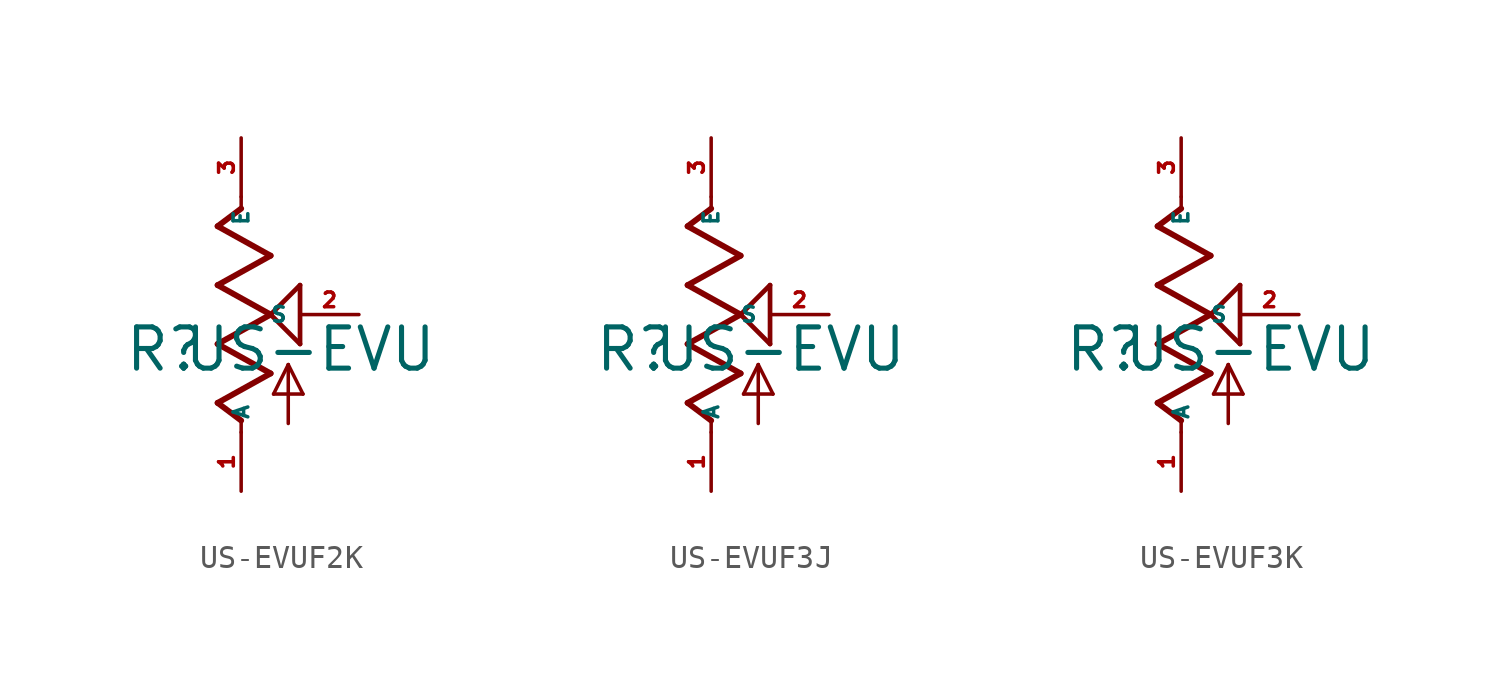
<source format=kicad_sym>
(kicad_symbol_lib
  (version 20220914)
  (generator Eagle2Kicad)
  (symbol "US-EVUF2K"
    (property "Reference" "R"
      (at -5.08 -2.54 0)
      (effects (font (size 1.778 1.778) (thickness 0.22)) (justify left bottom)))
    (property "Value" "US-EVU"
      (at -2.54 -2.54 0)
      (effects (font (size 1.778 1.778) (thickness 0.22)) (justify left bottom)))
    (polyline
      (pts (xy 0 -5.08) (xy 0 -4.572))
      (stroke (width 0.152) (type default))
      (fill (type none)))
    (polyline
      (pts (xy 0 -4.572) (xy -1.016 -3.81))
      (stroke (width 0.254) (type default))
      (fill (type none)))
    (polyline
      (pts (xy -1.016 -3.81) (xy 1.27 -2.54))
      (stroke (width 0.254) (type default))
      (fill (type none)))
    (polyline
      (pts (xy 1.27 -2.54) (xy -1.016 -1.27))
      (stroke (width 0.254) (type default))
      (fill (type none)))
    (polyline
      (pts (xy -1.016 -1.27) (xy 1.27 0))
      (stroke (width 0.254) (type default))
      (fill (type none)))
    (polyline
      (pts (xy 1.27 0) (xy -1.016 1.27))
      (stroke (width 0.254) (type default))
      (fill (type none)))
    (polyline
      (pts (xy -1.016 1.27) (xy 1.27 2.54))
      (stroke (width 0.254) (type default))
      (fill (type none)))
    (polyline
      (pts (xy 1.27 2.54) (xy -1.016 3.81))
      (stroke (width 0.254) (type default))
      (fill (type none)))
    (polyline
      (pts (xy -1.016 3.81) (xy 0 4.572))
      (stroke (width 0.254) (type default))
      (fill (type none)))
    (polyline
      (pts (xy 0 4.572) (xy 0 5.08))
      (stroke (width 0.152) (type default))
      (fill (type none)))
    (polyline
      (pts (xy 1.27 0) (xy 2.54 1.27))
      (stroke (width 0.203) (type default))
      (fill (type none)))
    (polyline
      (pts (xy 2.54 -1.27) (xy 1.27 0))
      (stroke (width 0.203) (type default))
      (fill (type none)))
    (polyline
      (pts (xy 2.54 1.27) (xy 2.54 -1.27))
      (stroke (width 0.203) (type default))
      (fill (type none)))
    (polyline
      (pts (xy 2.032 -4.699) (xy 2.032 -2.159))
      (stroke (width 0.152) (type default))
      (fill (type none)))
    (polyline
      (pts (xy 2.032 -2.159) (xy 2.667 -3.429))
      (stroke (width 0.152) (type default))
      (fill (type none)))
    (polyline
      (pts (xy 2.667 -3.429) (xy 1.397 -3.429))
      (stroke (width 0.152) (type default))
      (fill (type none)))
    (polyline
      (pts (xy 1.397 -3.429) (xy 2.032 -2.159))
      (stroke (width 0.152) (type default))
      (fill (type none)))
    (pin passive line
      (at 0 -7.62 90)
      (length 2.54)
      (name "A" (effects (font (size 0.635 0.635) (thickness 0.08)) (justify left bottom)))
      (number "1" (effects (font (size 0.635 0.635) (thickness 0.08)) (justify left bottom))))
    (pin passive line
      (at 0 7.62 270)
      (length 2.54)
      (name "E" (effects (font (size 0.635 0.635) (thickness 0.08)) (justify left bottom)))
      (number "3" (effects (font (size 0.635 0.635) (thickness 0.08)) (justify left bottom))))
    (pin passive line
      (at 5.08 0 180)
      (length 2.54)
      (name "S" (effects (font (size 0.635 0.635) (thickness 0.08)) (justify left bottom)))
      (number "2" (effects (font (size 0.635 0.635) (thickness 0.08)) (justify left bottom)))))
  (symbol "US-EVUF3J"
    (property "Reference" "R"
      (at -5.08 -2.54 0)
      (effects (font (size 1.778 1.778) (thickness 0.22)) (justify left bottom)))
    (property "Value" "US-EVU"
      (at -2.54 -2.54 0)
      (effects (font (size 1.778 1.778) (thickness 0.22)) (justify left bottom)))
    (polyline
      (pts (xy 0 -5.08) (xy 0 -4.572))
      (stroke (width 0.152) (type default))
      (fill (type none)))
    (polyline
      (pts (xy 0 -4.572) (xy -1.016 -3.81))
      (stroke (width 0.254) (type default))
      (fill (type none)))
    (polyline
      (pts (xy -1.016 -3.81) (xy 1.27 -2.54))
      (stroke (width 0.254) (type default))
      (fill (type none)))
    (polyline
      (pts (xy 1.27 -2.54) (xy -1.016 -1.27))
      (stroke (width 0.254) (type default))
      (fill (type none)))
    (polyline
      (pts (xy -1.016 -1.27) (xy 1.27 0))
      (stroke (width 0.254) (type default))
      (fill (type none)))
    (polyline
      (pts (xy 1.27 0) (xy -1.016 1.27))
      (stroke (width 0.254) (type default))
      (fill (type none)))
    (polyline
      (pts (xy -1.016 1.27) (xy 1.27 2.54))
      (stroke (width 0.254) (type default))
      (fill (type none)))
    (polyline
      (pts (xy 1.27 2.54) (xy -1.016 3.81))
      (stroke (width 0.254) (type default))
      (fill (type none)))
    (polyline
      (pts (xy -1.016 3.81) (xy 0 4.572))
      (stroke (width 0.254) (type default))
      (fill (type none)))
    (polyline
      (pts (xy 0 4.572) (xy 0 5.08))
      (stroke (width 0.152) (type default))
      (fill (type none)))
    (polyline
      (pts (xy 1.27 0) (xy 2.54 1.27))
      (stroke (width 0.203) (type default))
      (fill (type none)))
    (polyline
      (pts (xy 2.54 -1.27) (xy 1.27 0))
      (stroke (width 0.203) (type default))
      (fill (type none)))
    (polyline
      (pts (xy 2.54 1.27) (xy 2.54 -1.27))
      (stroke (width 0.203) (type default))
      (fill (type none)))
    (polyline
      (pts (xy 2.032 -4.699) (xy 2.032 -2.159))
      (stroke (width 0.152) (type default))
      (fill (type none)))
    (polyline
      (pts (xy 2.032 -2.159) (xy 2.667 -3.429))
      (stroke (width 0.152) (type default))
      (fill (type none)))
    (polyline
      (pts (xy 2.667 -3.429) (xy 1.397 -3.429))
      (stroke (width 0.152) (type default))
      (fill (type none)))
    (polyline
      (pts (xy 1.397 -3.429) (xy 2.032 -2.159))
      (stroke (width 0.152) (type default))
      (fill (type none)))
    (pin passive line
      (at 0 -7.62 90)
      (length 2.54)
      (name "A" (effects (font (size 0.635 0.635) (thickness 0.08)) (justify left bottom)))
      (number "1" (effects (font (size 0.635 0.635) (thickness 0.08)) (justify left bottom))))
    (pin passive line
      (at 0 7.62 270)
      (length 2.54)
      (name "E" (effects (font (size 0.635 0.635) (thickness 0.08)) (justify left bottom)))
      (number "3" (effects (font (size 0.635 0.635) (thickness 0.08)) (justify left bottom))))
    (pin passive line
      (at 5.08 0 180)
      (length 2.54)
      (name "S" (effects (font (size 0.635 0.635) (thickness 0.08)) (justify left bottom)))
      (number "2" (effects (font (size 0.635 0.635) (thickness 0.08)) (justify left bottom)))))
  (symbol "US-EVUF3K"
    (property "Reference" "R"
      (at -5.08 -2.54 0)
      (effects (font (size 1.778 1.778) (thickness 0.22)) (justify left bottom)))
    (property "Value" "US-EVU"
      (at -2.54 -2.54 0)
      (effects (font (size 1.778 1.778) (thickness 0.22)) (justify left bottom)))
    (polyline
      (pts (xy 0 -5.08) (xy 0 -4.572))
      (stroke (width 0.152) (type default))
      (fill (type none)))
    (polyline
      (pts (xy 0 -4.572) (xy -1.016 -3.81))
      (stroke (width 0.254) (type default))
      (fill (type none)))
    (polyline
      (pts (xy -1.016 -3.81) (xy 1.27 -2.54))
      (stroke (width 0.254) (type default))
      (fill (type none)))
    (polyline
      (pts (xy 1.27 -2.54) (xy -1.016 -1.27))
      (stroke (width 0.254) (type default))
      (fill (type none)))
    (polyline
      (pts (xy -1.016 -1.27) (xy 1.27 0))
      (stroke (width 0.254) (type default))
      (fill (type none)))
    (polyline
      (pts (xy 1.27 0) (xy -1.016 1.27))
      (stroke (width 0.254) (type default))
      (fill (type none)))
    (polyline
      (pts (xy -1.016 1.27) (xy 1.27 2.54))
      (stroke (width 0.254) (type default))
      (fill (type none)))
    (polyline
      (pts (xy 1.27 2.54) (xy -1.016 3.81))
      (stroke (width 0.254) (type default))
      (fill (type none)))
    (polyline
      (pts (xy -1.016 3.81) (xy 0 4.572))
      (stroke (width 0.254) (type default))
      (fill (type none)))
    (polyline
      (pts (xy 0 4.572) (xy 0 5.08))
      (stroke (width 0.152) (type default))
      (fill (type none)))
    (polyline
      (pts (xy 1.27 0) (xy 2.54 1.27))
      (stroke (width 0.203) (type default))
      (fill (type none)))
    (polyline
      (pts (xy 2.54 -1.27) (xy 1.27 0))
      (stroke (width 0.203) (type default))
      (fill (type none)))
    (polyline
      (pts (xy 2.54 1.27) (xy 2.54 -1.27))
      (stroke (width 0.203) (type default))
      (fill (type none)))
    (polyline
      (pts (xy 2.032 -4.699) (xy 2.032 -2.159))
      (stroke (width 0.152) (type default))
      (fill (type none)))
    (polyline
      (pts (xy 2.032 -2.159) (xy 2.667 -3.429))
      (stroke (width 0.152) (type default))
      (fill (type none)))
    (polyline
      (pts (xy 2.667 -3.429) (xy 1.397 -3.429))
      (stroke (width 0.152) (type default))
      (fill (type none)))
    (polyline
      (pts (xy 1.397 -3.429) (xy 2.032 -2.159))
      (stroke (width 0.152) (type default))
      (fill (type none)))
    (pin passive line
      (at 0 -7.62 90)
      (length 2.54)
      (name "A" (effects (font (size 0.635 0.635) (thickness 0.08)) (justify left bottom)))
      (number "1" (effects (font (size 0.635 0.635) (thickness 0.08)) (justify left bottom))))
    (pin passive line
      (at 0 7.62 270)
      (length 2.54)
      (name "E" (effects (font (size 0.635 0.635) (thickness 0.08)) (justify left bottom)))
      (number "3" (effects (font (size 0.635 0.635) (thickness 0.08)) (justify left bottom))))
    (pin passive line
      (at 5.08 0 180)
      (length 2.54)
      (name "S" (effects (font (size 0.635 0.635) (thickness 0.08)) (justify left bottom)))
      (number "2" (effects (font (size 0.635 0.635) (thickness 0.08)) (justify left bottom))))))
</source>
